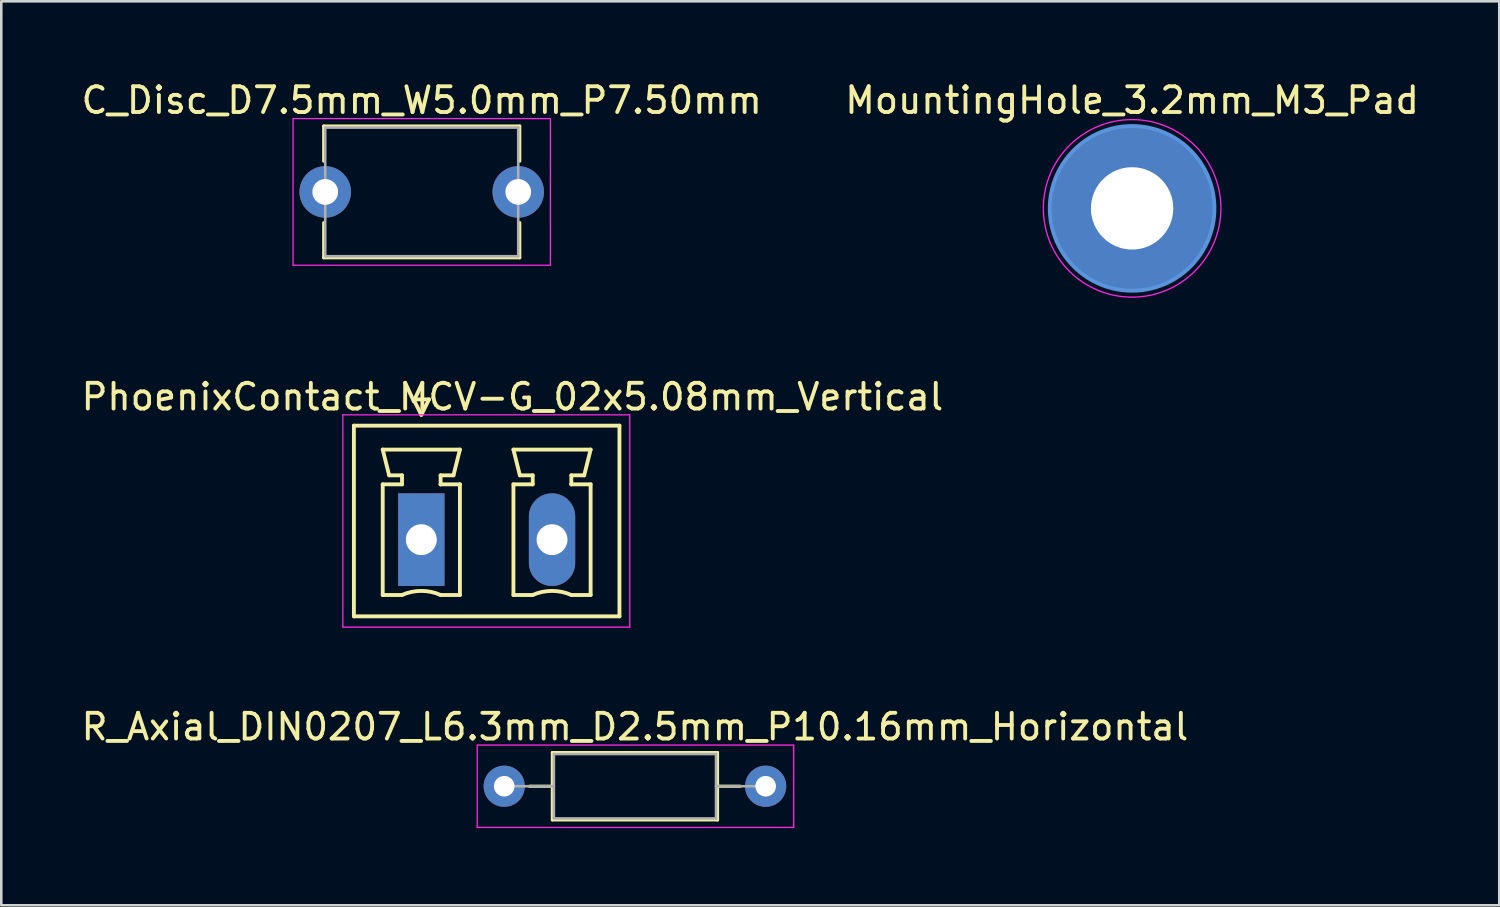
<source format=kicad_pcb>
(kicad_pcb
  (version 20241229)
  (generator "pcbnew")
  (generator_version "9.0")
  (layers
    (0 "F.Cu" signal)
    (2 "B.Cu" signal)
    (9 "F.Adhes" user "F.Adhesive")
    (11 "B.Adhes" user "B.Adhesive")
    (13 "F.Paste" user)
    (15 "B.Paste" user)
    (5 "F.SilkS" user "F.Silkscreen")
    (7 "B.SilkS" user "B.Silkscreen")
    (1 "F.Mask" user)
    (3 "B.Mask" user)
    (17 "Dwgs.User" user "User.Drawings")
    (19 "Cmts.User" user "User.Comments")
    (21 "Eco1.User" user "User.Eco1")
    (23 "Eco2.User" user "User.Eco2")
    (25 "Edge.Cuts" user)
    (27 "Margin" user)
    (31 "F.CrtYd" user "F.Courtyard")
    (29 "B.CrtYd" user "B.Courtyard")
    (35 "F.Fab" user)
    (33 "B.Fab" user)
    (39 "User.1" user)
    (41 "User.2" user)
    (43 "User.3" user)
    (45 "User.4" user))
  (footprint "R_Axial_DIN0207_L6.3mm_D2.5mm_P10.16mm_Horizontal"
    (layer "F.Cu")
    (at 16.545 27.505)
    (property "Reference" "R_Axial_DIN0207_L6.3mm_D2.5mm_P10.16mm_Horizontal" (at 5.08 -2.31 0) (layer "F.SilkS") (effects (font (size 1 1) (thickness 0.15))))
    (attr through_hole)
    (fp_line (start 0.98 0) (end 1.87 0) (stroke (width 0.12) (type solid)) (layer "F.SilkS"))
    (fp_line (start 1.87 -1.31) (end 1.87 1.31) (stroke (width 0.12) (type solid)) (layer "F.SilkS"))
    (fp_line (start 1.87 1.31) (end 8.29 1.31) (stroke (width 0.12) (type solid)) (layer "F.SilkS"))
    (fp_line (start 8.29 -1.31) (end 1.87 -1.31) (stroke (width 0.12) (type solid)) (layer "F.SilkS"))
    (fp_line (start 8.29 1.31) (end 8.29 -1.31) (stroke (width 0.12) (type solid)) (layer "F.SilkS"))
    (fp_line (start 9.18 0) (end 8.29 0) (stroke (width 0.12) (type solid)) (layer "F.SilkS"))
    (fp_line (start -1.05 -1.6) (end -1.05 1.6) (stroke (width 0.05) (type solid)) (layer "F.CrtYd"))
    (fp_line (start -1.05 1.6) (end 11.25 1.6) (stroke (width 0.05) (type solid)) (layer "F.CrtYd"))
    (fp_line (start 11.25 -1.6) (end -1.05 -1.6) (stroke (width 0.05) (type solid)) (layer "F.CrtYd"))
    (fp_line (start 11.25 1.6) (end 11.25 -1.6) (stroke (width 0.05) (type solid)) (layer "F.CrtYd"))
    (fp_line (start 0 0) (end 1.93 0) (stroke (width 0.1) (type solid)) (layer "F.Fab"))
    (fp_line (start 1.93 -1.25) (end 1.93 1.25) (stroke (width 0.1) (type solid)) (layer "F.Fab"))
    (fp_line (start 1.93 1.25) (end 8.23 1.25) (stroke (width 0.1) (type solid)) (layer "F.Fab"))
    (fp_line (start 8.23 -1.25) (end 1.93 -1.25) (stroke (width 0.1) (type solid)) (layer "F.Fab"))
    (fp_line (start 8.23 1.25) (end 8.23 -1.25) (stroke (width 0.1) (type solid)) (layer "F.Fab"))
    (fp_line (start 10.16 0) (end 8.23 0) (stroke (width 0.1) (type solid)) (layer "F.Fab"))
    (pad "1" thru_hole circle (at 0 0) (size 1.6 1.6) (drill 0.8) (layers "*.Cu" "*.Mask"))
    (pad "2" thru_hole oval (at 10.16 0) (size 1.6 1.6) (drill 0.8) (layers "*.Cu" "*.Mask")))
  (footprint "MountingHole_3.2mm_M3_Pad"
    (layer "F.Cu")
    (at 40.946 5.048)
    (property "Reference" "MountingHole_3.2mm_M3_Pad" (at 0 -4.2 0) (layer "F.SilkS") (effects (font (size 1 1) (thickness 0.15))))
    (attr through_hole)
    (fp_circle (center 0 0) (end 3.2 0) (stroke (width 0.15) (type solid)) (fill no) (layer "Cmts.User"))
    (fp_circle (center 0 0) (end 3.45 0) (stroke (width 0.05) (type solid)) (fill no) (layer "F.CrtYd"))
    (pad "1" thru_hole circle (at 0 0) (size 6.4 6.4) (drill 3.2) (layers "*.Cu" "*.Mask")))
  (footprint "PhoenixContact_MCV-G_02x5.08mm_Vertical"
    (layer "F.Cu")
    (at 13.323 17.922)
    (property "Reference" "PhoenixContact_MCV-G_02x5.08mm_Vertical" (at 3.54 -5.55 0) (layer "F.SilkS") (effects (font (size 1 1) (thickness 0.15))))
    (attr through_hole)
    (fp_line (start -2.62 -4.43) (end -2.62 2.98) (stroke (width 0.15) (type solid)) (layer "F.SilkS"))
    (fp_line (start -2.62 2.98) (end 7.7 2.98) (stroke (width 0.15) (type solid)) (layer "F.SilkS"))
    (fp_line (start -1.5 -3.5) (end 1.5 -3.5) (stroke (width 0.15) (type solid)) (layer "F.SilkS"))
    (fp_line (start -1.5 -2.15) (end -0.75 -2.15) (stroke (width 0.15) (type solid)) (layer "F.SilkS"))
    (fp_line (start -1.5 2.15) (end -1.5 -2.15) (stroke (width 0.15) (type solid)) (layer "F.SilkS"))
    (fp_line (start -1.25 -2.5) (end -1.5 -3.5) (stroke (width 0.15) (type solid)) (layer "F.SilkS"))
    (fp_line (start -0.75 -2.5) (end -1.25 -2.5) (stroke (width 0.15) (type solid)) (layer "F.SilkS"))
    (fp_line (start -0.75 -2.15) (end -0.75 -2.5) (stroke (width 0.15) (type solid)) (layer "F.SilkS"))
    (fp_line (start -0.75 2.15) (end -1.5 2.15) (stroke (width 0.15) (type solid)) (layer "F.SilkS"))
    (fp_line (start -0.3 -5.45) (end 0 -4.85) (stroke (width 0.15) (type solid)) (layer "F.SilkS"))
    (fp_line (start 0 -4.85) (end 0.3 -5.45) (stroke (width 0.15) (type solid)) (layer "F.SilkS"))
    (fp_line (start 0.3 -5.45) (end -0.3 -5.45) (stroke (width 0.15) (type solid)) (layer "F.SilkS"))
    (fp_line (start 0.75 -2.5) (end 0.75 -2.15) (stroke (width 0.15) (type solid)) (layer "F.SilkS"))
    (fp_line (start 0.75 -2.15) (end 0.75 -2.15) (stroke (width 0.15) (type solid)) (layer "F.SilkS"))
    (fp_line (start 0.75 -2.15) (end 1.5 -2.15) (stroke (width 0.15) (type solid)) (layer "F.SilkS"))
    (fp_line (start 1.25 -2.5) (end 0.75 -2.5) (stroke (width 0.15) (type solid)) (layer "F.SilkS"))
    (fp_line (start 1.5 -3.5) (end 1.25 -2.5) (stroke (width 0.15) (type solid)) (layer "F.SilkS"))
    (fp_line (start 1.5 -2.15) (end 1.5 2.15) (stroke (width 0.15) (type solid)) (layer "F.SilkS"))
    (fp_line (start 1.5 2.15) (end 0.75 2.15) (stroke (width 0.15) (type solid)) (layer "F.SilkS"))
    (fp_line (start 3.58 -3.5) (end 6.58 -3.5) (stroke (width 0.15) (type solid)) (layer "F.SilkS"))
    (fp_line (start 3.58 -2.15) (end 4.33 -2.15) (stroke (width 0.15) (type solid)) (layer "F.SilkS"))
    (fp_line (start 3.58 2.15) (end 3.58 -2.15) (stroke (width 0.15) (type solid)) (layer "F.SilkS"))
    (fp_line (start 3.83 -2.5) (end 3.58 -3.5) (stroke (width 0.15) (type solid)) (layer "F.SilkS"))
    (fp_line (start 4.33 -2.5) (end 3.83 -2.5) (stroke (width 0.15) (type solid)) (layer "F.SilkS"))
    (fp_line (start 4.33 -2.15) (end 4.33 -2.5) (stroke (width 0.15) (type solid)) (layer "F.SilkS"))
    (fp_line (start 4.33 2.15) (end 3.58 2.15) (stroke (width 0.15) (type solid)) (layer "F.SilkS"))
    (fp_line (start 5.83 -2.5) (end 5.83 -2.15) (stroke (width 0.15) (type solid)) (layer "F.SilkS"))
    (fp_line (start 5.83 -2.15) (end 5.83 -2.15) (stroke (width 0.15) (type solid)) (layer "F.SilkS"))
    (fp_line (start 5.83 -2.15) (end 6.58 -2.15) (stroke (width 0.15) (type solid)) (layer "F.SilkS"))
    (fp_line (start 6.33 -2.5) (end 5.83 -2.5) (stroke (width 0.15) (type solid)) (layer "F.SilkS"))
    (fp_line (start 6.58 -3.5) (end 6.33 -2.5) (stroke (width 0.15) (type solid)) (layer "F.SilkS"))
    (fp_line (start 6.58 -2.15) (end 6.58 2.15) (stroke (width 0.15) (type solid)) (layer "F.SilkS"))
    (fp_line (start 6.58 2.15) (end 5.83 2.15) (stroke (width 0.15) (type solid)) (layer "F.SilkS"))
    (fp_line (start 7.7 -4.43) (end -2.62 -4.43) (stroke (width 0.15) (type solid)) (layer "F.SilkS"))
    (fp_line (start 7.7 2.98) (end 7.7 -4.43) (stroke (width 0.15) (type solid)) (layer "F.SilkS"))
    (fp_arc (start -0.75 2.15) (mid -0.000193 1.99191) (end 0.749647 2.149844) (stroke (width 0.15) (type solid)) (layer "F.SilkS"))
    (fp_arc (start 4.33 2.15) (mid 5.079807 1.99191) (end 5.829647 2.149844) (stroke (width 0.15) (type solid)) (layer "F.SilkS"))
    (fp_line (start -3.05 -4.85) (end -3.05 3.4) (stroke (width 0.05) (type solid)) (layer "F.CrtYd"))
    (fp_line (start -3.05 3.4) (end 8.1 3.4) (stroke (width 0.05) (type solid)) (layer "F.CrtYd"))
    (fp_line (start 8.1 -4.85) (end -3.05 -4.85) (stroke (width 0.05) (type solid)) (layer "F.CrtYd"))
    (fp_line (start 8.1 3.4) (end 8.1 -4.85) (stroke (width 0.05) (type solid)) (layer "F.CrtYd"))
    (pad "1" thru_hole rect (at 0 0) (size 1.8 3.6) (drill 1.2) (layers "*.Cu" "*.Mask"))
    (pad "2" thru_hole oval (at 5.08 0) (size 1.8 3.6) (drill 1.2) (layers "*.Cu" "*.Mask")))
  (footprint "C_Disc_D7.5mm_W5.0mm_P7.50mm"
    (layer "F.Cu")
    (at 9.589 4.408)
    (property "Reference" "C_Disc_D7.5mm_W5.0mm_P7.50mm" (at 3.75 -3.56 0) (layer "F.SilkS") (effects (font (size 1 1) (thickness 0.15))))
    (attr through_hole)
    (fp_line (start -0.06 -2.56) (end -0.06 -1.195) (stroke (width 0.12) (type solid)) (layer "F.SilkS"))
    (fp_line (start -0.06 -2.56) (end 7.56 -2.56) (stroke (width 0.12) (type solid)) (layer "F.SilkS"))
    (fp_line (start -0.06 1.195) (end -0.06 2.56) (stroke (width 0.12) (type solid)) (layer "F.SilkS"))
    (fp_line (start -0.06 2.56) (end 7.56 2.56) (stroke (width 0.12) (type solid)) (layer "F.SilkS"))
    (fp_line (start 7.56 -2.56) (end 7.56 -1.195) (stroke (width 0.12) (type solid)) (layer "F.SilkS"))
    (fp_line (start 7.56 1.195) (end 7.56 2.56) (stroke (width 0.12) (type solid)) (layer "F.SilkS"))
    (fp_line (start -1.25 -2.85) (end -1.25 2.85) (stroke (width 0.05) (type solid)) (layer "F.CrtYd"))
    (fp_line (start -1.25 2.85) (end 8.75 2.85) (stroke (width 0.05) (type solid)) (layer "F.CrtYd"))
    (fp_line (start 8.75 -2.85) (end -1.25 -2.85) (stroke (width 0.05) (type solid)) (layer "F.CrtYd"))
    (fp_line (start 8.75 2.85) (end 8.75 -2.85) (stroke (width 0.05) (type solid)) (layer "F.CrtYd"))
    (fp_line (start 0 -2.5) (end 0 2.5) (stroke (width 0.1) (type solid)) (layer "F.Fab"))
    (fp_line (start 0 2.5) (end 7.5 2.5) (stroke (width 0.1) (type solid)) (layer "F.Fab"))
    (fp_line (start 7.5 -2.5) (end 0 -2.5) (stroke (width 0.1) (type solid)) (layer "F.Fab"))
    (fp_line (start 7.5 2.5) (end 7.5 -2.5) (stroke (width 0.1) (type solid)) (layer "F.Fab"))
    (pad "1" thru_hole circle (at 0 0) (size 2 2) (drill 1) (layers "*.Cu" "*.Mask"))
    (pad "2" thru_hole circle (at 7.5 0) (size 2 2) (drill 1) (layers "*.Cu" "*.Mask")))
  (gr_rect
    (start -3 -3)
    (end 55.214 32.13)
    (stroke (width 0.1) (type default))
    (fill no)
    (layer "Edge.Cuts")))
</source>
